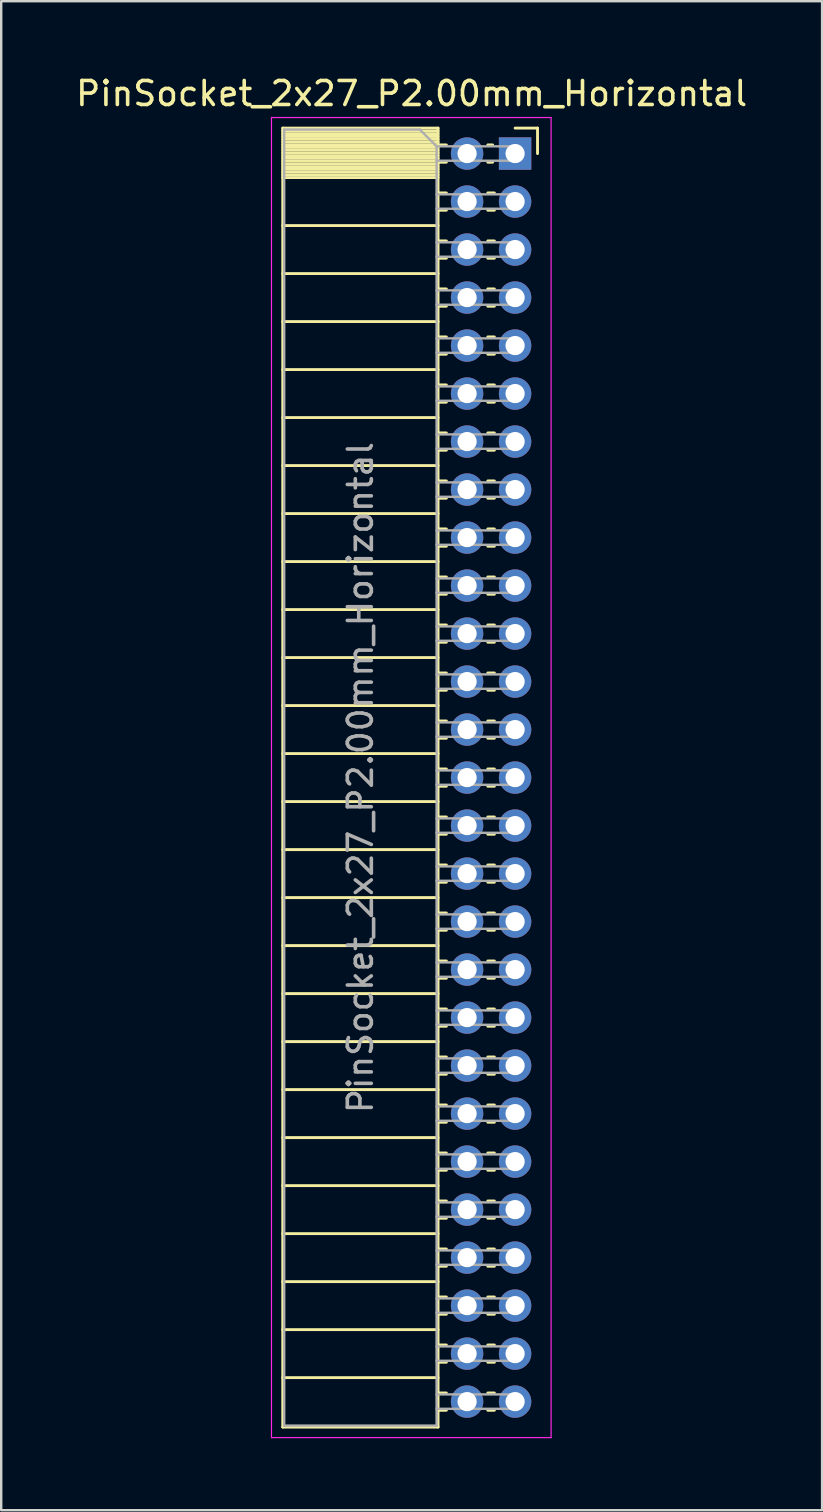
<source format=kicad_pcb>
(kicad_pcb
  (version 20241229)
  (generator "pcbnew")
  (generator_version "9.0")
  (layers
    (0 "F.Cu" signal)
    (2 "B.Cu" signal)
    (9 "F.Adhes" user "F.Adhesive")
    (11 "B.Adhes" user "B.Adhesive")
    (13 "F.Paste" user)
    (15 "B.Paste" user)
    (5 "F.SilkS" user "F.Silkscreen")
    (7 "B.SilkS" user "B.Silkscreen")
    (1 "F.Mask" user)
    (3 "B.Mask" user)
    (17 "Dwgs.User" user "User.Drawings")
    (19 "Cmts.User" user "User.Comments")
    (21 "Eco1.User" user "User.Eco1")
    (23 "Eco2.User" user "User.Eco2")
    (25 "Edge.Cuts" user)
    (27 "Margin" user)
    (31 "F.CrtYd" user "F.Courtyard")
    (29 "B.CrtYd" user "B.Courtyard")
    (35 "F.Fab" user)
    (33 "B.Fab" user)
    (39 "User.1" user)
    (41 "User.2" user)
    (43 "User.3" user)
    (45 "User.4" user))
  (footprint "PinSocket_2x27_P2.00mm_Horizontal"
    (layer "F.Cu")
    (at 18.411 3.348)
    (property "Reference" "PinSocket_2x27_P2.00mm_Horizontal" (at -4.31 -2.5 0) (layer "F.SilkS") (effects (font (size 1 1) (thickness 0.15))))
    (attr through_hole)
    (fp_line (start -9.68 -1.06) (end -9.68 53.06) (stroke (width 0.12) (type solid)) (layer "F.SilkS"))
    (fp_line (start -9.68 -1.06) (end -3.21 -1.06) (stroke (width 0.12) (type solid)) (layer "F.SilkS"))
    (fp_line (start -9.68 -0.94) (end -3.21 -0.94) (stroke (width 0.12) (type solid)) (layer "F.SilkS"))
    (fp_line (start -9.68 -0.826) (end -3.21 -0.826) (stroke (width 0.12) (type solid)) (layer "F.SilkS"))
    (fp_line (start -9.68 -0.712) (end -3.21 -0.712) (stroke (width 0.12) (type solid)) (layer "F.SilkS"))
    (fp_line (start -9.68 -0.598) (end -3.21 -0.598) (stroke (width 0.12) (type solid)) (layer "F.SilkS"))
    (fp_line (start -9.68 -0.484) (end -3.21 -0.484) (stroke (width 0.12) (type solid)) (layer "F.SilkS"))
    (fp_line (start -9.68 -0.369) (end -3.21 -0.369) (stroke (width 0.12) (type solid)) (layer "F.SilkS"))
    (fp_line (start -9.68 -0.255) (end -3.21 -0.255) (stroke (width 0.12) (type solid)) (layer "F.SilkS"))
    (fp_line (start -9.68 -0.141) (end -3.21 -0.141) (stroke (width 0.12) (type solid)) (layer "F.SilkS"))
    (fp_line (start -9.68 -0.027) (end -3.21 -0.027) (stroke (width 0.12) (type solid)) (layer "F.SilkS"))
    (fp_line (start -9.68 0.087) (end -3.21 0.087) (stroke (width 0.12) (type solid)) (layer "F.SilkS"))
    (fp_line (start -9.68 0.201) (end -3.21 0.201) (stroke (width 0.12) (type solid)) (layer "F.SilkS"))
    (fp_line (start -9.68 0.315) (end -3.21 0.315) (stroke (width 0.12) (type solid)) (layer "F.SilkS"))
    (fp_line (start -9.68 0.429) (end -3.21 0.429) (stroke (width 0.12) (type solid)) (layer "F.SilkS"))
    (fp_line (start -9.68 0.544) (end -3.21 0.544) (stroke (width 0.12) (type solid)) (layer "F.SilkS"))
    (fp_line (start -9.68 0.658) (end -3.21 0.658) (stroke (width 0.12) (type solid)) (layer "F.SilkS"))
    (fp_line (start -9.68 0.772) (end -3.21 0.772) (stroke (width 0.12) (type solid)) (layer "F.SilkS"))
    (fp_line (start -9.68 0.886) (end -3.21 0.886) (stroke (width 0.12) (type solid)) (layer "F.SilkS"))
    (fp_line (start -9.68 1) (end -3.21 1) (stroke (width 0.12) (type solid)) (layer "F.SilkS"))
    (fp_line (start -9.68 3) (end -3.21 3) (stroke (width 0.12) (type solid)) (layer "F.SilkS"))
    (fp_line (start -9.68 5) (end -3.21 5) (stroke (width 0.12) (type solid)) (layer "F.SilkS"))
    (fp_line (start -9.68 7) (end -3.21 7) (stroke (width 0.12) (type solid)) (layer "F.SilkS"))
    (fp_line (start -9.68 9) (end -3.21 9) (stroke (width 0.12) (type solid)) (layer "F.SilkS"))
    (fp_line (start -9.68 11) (end -3.21 11) (stroke (width 0.12) (type solid)) (layer "F.SilkS"))
    (fp_line (start -9.68 13) (end -3.21 13) (stroke (width 0.12) (type solid)) (layer "F.SilkS"))
    (fp_line (start -9.68 15) (end -3.21 15) (stroke (width 0.12) (type solid)) (layer "F.SilkS"))
    (fp_line (start -9.68 17) (end -3.21 17) (stroke (width 0.12) (type solid)) (layer "F.SilkS"))
    (fp_line (start -9.68 19) (end -3.21 19) (stroke (width 0.12) (type solid)) (layer "F.SilkS"))
    (fp_line (start -9.68 21) (end -3.21 21) (stroke (width 0.12) (type solid)) (layer "F.SilkS"))
    (fp_line (start -9.68 23) (end -3.21 23) (stroke (width 0.12) (type solid)) (layer "F.SilkS"))
    (fp_line (start -9.68 25) (end -3.21 25) (stroke (width 0.12) (type solid)) (layer "F.SilkS"))
    (fp_line (start -9.68 27) (end -3.21 27) (stroke (width 0.12) (type solid)) (layer "F.SilkS"))
    (fp_line (start -9.68 29) (end -3.21 29) (stroke (width 0.12) (type solid)) (layer "F.SilkS"))
    (fp_line (start -9.68 31) (end -3.21 31) (stroke (width 0.12) (type solid)) (layer "F.SilkS"))
    (fp_line (start -9.68 33) (end -3.21 33) (stroke (width 0.12) (type solid)) (layer "F.SilkS"))
    (fp_line (start -9.68 35) (end -3.21 35) (stroke (width 0.12) (type solid)) (layer "F.SilkS"))
    (fp_line (start -9.68 37) (end -3.21 37) (stroke (width 0.12) (type solid)) (layer "F.SilkS"))
    (fp_line (start -9.68 39) (end -3.21 39) (stroke (width 0.12) (type solid)) (layer "F.SilkS"))
    (fp_line (start -9.68 41) (end -3.21 41) (stroke (width 0.12) (type solid)) (layer "F.SilkS"))
    (fp_line (start -9.68 43) (end -3.21 43) (stroke (width 0.12) (type solid)) (layer "F.SilkS"))
    (fp_line (start -9.68 45) (end -3.21 45) (stroke (width 0.12) (type solid)) (layer "F.SilkS"))
    (fp_line (start -9.68 47) (end -3.21 47) (stroke (width 0.12) (type solid)) (layer "F.SilkS"))
    (fp_line (start -9.68 49) (end -3.21 49) (stroke (width 0.12) (type solid)) (layer "F.SilkS"))
    (fp_line (start -9.68 51) (end -3.21 51) (stroke (width 0.12) (type solid)) (layer "F.SilkS"))
    (fp_line (start -9.68 53.06) (end -3.21 53.06) (stroke (width 0.12) (type solid)) (layer "F.SilkS"))
    (fp_line (start -3.21 -1.06) (end -3.21 53.06) (stroke (width 0.12) (type solid)) (layer "F.SilkS"))
    (fp_line (start -3.21 -0.36) (end -2.863 -0.36) (stroke (width 0.12) (type solid)) (layer "F.SilkS"))
    (fp_line (start -3.21 0.36) (end -2.863 0.36) (stroke (width 0.12) (type solid)) (layer "F.SilkS"))
    (fp_line (start -3.21 1.64) (end -2.863 1.64) (stroke (width 0.12) (type solid)) (layer "F.SilkS"))
    (fp_line (start -3.21 2.36) (end -2.863 2.36) (stroke (width 0.12) (type solid)) (layer "F.SilkS"))
    (fp_line (start -3.21 3.64) (end -2.863 3.64) (stroke (width 0.12) (type solid)) (layer "F.SilkS"))
    (fp_line (start -3.21 4.36) (end -2.863 4.36) (stroke (width 0.12) (type solid)) (layer "F.SilkS"))
    (fp_line (start -3.21 5.64) (end -2.863 5.64) (stroke (width 0.12) (type solid)) (layer "F.SilkS"))
    (fp_line (start -3.21 6.36) (end -2.863 6.36) (stroke (width 0.12) (type solid)) (layer "F.SilkS"))
    (fp_line (start -3.21 7.64) (end -2.863 7.64) (stroke (width 0.12) (type solid)) (layer "F.SilkS"))
    (fp_line (start -3.21 8.36) (end -2.863 8.36) (stroke (width 0.12) (type solid)) (layer "F.SilkS"))
    (fp_line (start -3.21 9.64) (end -2.863 9.64) (stroke (width 0.12) (type solid)) (layer "F.SilkS"))
    (fp_line (start -3.21 10.36) (end -2.863 10.36) (stroke (width 0.12) (type solid)) (layer "F.SilkS"))
    (fp_line (start -3.21 11.64) (end -2.863 11.64) (stroke (width 0.12) (type solid)) (layer "F.SilkS"))
    (fp_line (start -3.21 12.36) (end -2.863 12.36) (stroke (width 0.12) (type solid)) (layer "F.SilkS"))
    (fp_line (start -3.21 13.64) (end -2.863 13.64) (stroke (width 0.12) (type solid)) (layer "F.SilkS"))
    (fp_line (start -3.21 14.36) (end -2.863 14.36) (stroke (width 0.12) (type solid)) (layer "F.SilkS"))
    (fp_line (start -3.21 15.64) (end -2.863 15.64) (stroke (width 0.12) (type solid)) (layer "F.SilkS"))
    (fp_line (start -3.21 16.36) (end -2.863 16.36) (stroke (width 0.12) (type solid)) (layer "F.SilkS"))
    (fp_line (start -3.21 17.64) (end -2.863 17.64) (stroke (width 0.12) (type solid)) (layer "F.SilkS"))
    (fp_line (start -3.21 18.36) (end -2.863 18.36) (stroke (width 0.12) (type solid)) (layer "F.SilkS"))
    (fp_line (start -3.21 19.64) (end -2.863 19.64) (stroke (width 0.12) (type solid)) (layer "F.SilkS"))
    (fp_line (start -3.21 20.36) (end -2.863 20.36) (stroke (width 0.12) (type solid)) (layer "F.SilkS"))
    (fp_line (start -3.21 21.64) (end -2.863 21.64) (stroke (width 0.12) (type solid)) (layer "F.SilkS"))
    (fp_line (start -3.21 22.36) (end -2.863 22.36) (stroke (width 0.12) (type solid)) (layer "F.SilkS"))
    (fp_line (start -3.21 23.64) (end -2.863 23.64) (stroke (width 0.12) (type solid)) (layer "F.SilkS"))
    (fp_line (start -3.21 24.36) (end -2.863 24.36) (stroke (width 0.12) (type solid)) (layer "F.SilkS"))
    (fp_line (start -3.21 25.64) (end -2.863 25.64) (stroke (width 0.12) (type solid)) (layer "F.SilkS"))
    (fp_line (start -3.21 26.36) (end -2.863 26.36) (stroke (width 0.12) (type solid)) (layer "F.SilkS"))
    (fp_line (start -3.21 27.64) (end -2.863 27.64) (stroke (width 0.12) (type solid)) (layer "F.SilkS"))
    (fp_line (start -3.21 28.36) (end -2.863 28.36) (stroke (width 0.12) (type solid)) (layer "F.SilkS"))
    (fp_line (start -3.21 29.64) (end -2.863 29.64) (stroke (width 0.12) (type solid)) (layer "F.SilkS"))
    (fp_line (start -3.21 30.36) (end -2.863 30.36) (stroke (width 0.12) (type solid)) (layer "F.SilkS"))
    (fp_line (start -3.21 31.64) (end -2.863 31.64) (stroke (width 0.12) (type solid)) (layer "F.SilkS"))
    (fp_line (start -3.21 32.36) (end -2.863 32.36) (stroke (width 0.12) (type solid)) (layer "F.SilkS"))
    (fp_line (start -3.21 33.64) (end -2.863 33.64) (stroke (width 0.12) (type solid)) (layer "F.SilkS"))
    (fp_line (start -3.21 34.36) (end -2.863 34.36) (stroke (width 0.12) (type solid)) (layer "F.SilkS"))
    (fp_line (start -3.21 35.64) (end -2.863 35.64) (stroke (width 0.12) (type solid)) (layer "F.SilkS"))
    (fp_line (start -3.21 36.36) (end -2.863 36.36) (stroke (width 0.12) (type solid)) (layer "F.SilkS"))
    (fp_line (start -3.21 37.64) (end -2.863 37.64) (stroke (width 0.12) (type solid)) (layer "F.SilkS"))
    (fp_line (start -3.21 38.36) (end -2.863 38.36) (stroke (width 0.12) (type solid)) (layer "F.SilkS"))
    (fp_line (start -3.21 39.64) (end -2.863 39.64) (stroke (width 0.12) (type solid)) (layer "F.SilkS"))
    (fp_line (start -3.21 40.36) (end -2.863 40.36) (stroke (width 0.12) (type solid)) (layer "F.SilkS"))
    (fp_line (start -3.21 41.64) (end -2.863 41.64) (stroke (width 0.12) (type solid)) (layer "F.SilkS"))
    (fp_line (start -3.21 42.36) (end -2.863 42.36) (stroke (width 0.12) (type solid)) (layer "F.SilkS"))
    (fp_line (start -3.21 43.64) (end -2.863 43.64) (stroke (width 0.12) (type solid)) (layer "F.SilkS"))
    (fp_line (start -3.21 44.36) (end -2.863 44.36) (stroke (width 0.12) (type solid)) (layer "F.SilkS"))
    (fp_line (start -3.21 45.64) (end -2.863 45.64) (stroke (width 0.12) (type solid)) (layer "F.SilkS"))
    (fp_line (start -3.21 46.36) (end -2.863 46.36) (stroke (width 0.12) (type solid)) (layer "F.SilkS"))
    (fp_line (start -3.21 47.64) (end -2.863 47.64) (stroke (width 0.12) (type solid)) (layer "F.SilkS"))
    (fp_line (start -3.21 48.36) (end -2.863 48.36) (stroke (width 0.12) (type solid)) (layer "F.SilkS"))
    (fp_line (start -3.21 49.64) (end -2.863 49.64) (stroke (width 0.12) (type solid)) (layer "F.SilkS"))
    (fp_line (start -3.21 50.36) (end -2.863 50.36) (stroke (width 0.12) (type solid)) (layer "F.SilkS"))
    (fp_line (start -3.21 51.64) (end -2.863 51.64) (stroke (width 0.12) (type solid)) (layer "F.SilkS"))
    (fp_line (start -3.21 52.36) (end -2.863 52.36) (stroke (width 0.12) (type solid)) (layer "F.SilkS"))
    (fp_line (start -1.137 -0.36) (end -0.935 -0.36) (stroke (width 0.12) (type solid)) (layer "F.SilkS"))
    (fp_line (start -1.137 0.36) (end -0.935 0.36) (stroke (width 0.12) (type solid)) (layer "F.SilkS"))
    (fp_line (start -1.137 1.64) (end -0.863 1.64) (stroke (width 0.12) (type solid)) (layer "F.SilkS"))
    (fp_line (start -1.137 2.36) (end -0.863 2.36) (stroke (width 0.12) (type solid)) (layer "F.SilkS"))
    (fp_line (start -1.137 3.64) (end -0.863 3.64) (stroke (width 0.12) (type solid)) (layer "F.SilkS"))
    (fp_line (start -1.137 4.36) (end -0.863 4.36) (stroke (width 0.12) (type solid)) (layer "F.SilkS"))
    (fp_line (start -1.137 5.64) (end -0.863 5.64) (stroke (width 0.12) (type solid)) (layer "F.SilkS"))
    (fp_line (start -1.137 6.36) (end -0.863 6.36) (stroke (width 0.12) (type solid)) (layer "F.SilkS"))
    (fp_line (start -1.137 7.64) (end -0.863 7.64) (stroke (width 0.12) (type solid)) (layer "F.SilkS"))
    (fp_line (start -1.137 8.36) (end -0.863 8.36) (stroke (width 0.12) (type solid)) (layer "F.SilkS"))
    (fp_line (start -1.137 9.64) (end -0.863 9.64) (stroke (width 0.12) (type solid)) (layer "F.SilkS"))
    (fp_line (start -1.137 10.36) (end -0.863 10.36) (stroke (width 0.12) (type solid)) (layer "F.SilkS"))
    (fp_line (start -1.137 11.64) (end -0.863 11.64) (stroke (width 0.12) (type solid)) (layer "F.SilkS"))
    (fp_line (start -1.137 12.36) (end -0.863 12.36) (stroke (width 0.12) (type solid)) (layer "F.SilkS"))
    (fp_line (start -1.137 13.64) (end -0.863 13.64) (stroke (width 0.12) (type solid)) (layer "F.SilkS"))
    (fp_line (start -1.137 14.36) (end -0.863 14.36) (stroke (width 0.12) (type solid)) (layer "F.SilkS"))
    (fp_line (start -1.137 15.64) (end -0.863 15.64) (stroke (width 0.12) (type solid)) (layer "F.SilkS"))
    (fp_line (start -1.137 16.36) (end -0.863 16.36) (stroke (width 0.12) (type solid)) (layer "F.SilkS"))
    (fp_line (start -1.137 17.64) (end -0.863 17.64) (stroke (width 0.12) (type solid)) (layer "F.SilkS"))
    (fp_line (start -1.137 18.36) (end -0.863 18.36) (stroke (width 0.12) (type solid)) (layer "F.SilkS"))
    (fp_line (start -1.137 19.64) (end -0.863 19.64) (stroke (width 0.12) (type solid)) (layer "F.SilkS"))
    (fp_line (start -1.137 20.36) (end -0.863 20.36) (stroke (width 0.12) (type solid)) (layer "F.SilkS"))
    (fp_line (start -1.137 21.64) (end -0.863 21.64) (stroke (width 0.12) (type solid)) (layer "F.SilkS"))
    (fp_line (start -1.137 22.36) (end -0.863 22.36) (stroke (width 0.12) (type solid)) (layer "F.SilkS"))
    (fp_line (start -1.137 23.64) (end -0.863 23.64) (stroke (width 0.12) (type solid)) (layer "F.SilkS"))
    (fp_line (start -1.137 24.36) (end -0.863 24.36) (stroke (width 0.12) (type solid)) (layer "F.SilkS"))
    (fp_line (start -1.137 25.64) (end -0.863 25.64) (stroke (width 0.12) (type solid)) (layer "F.SilkS"))
    (fp_line (start -1.137 26.36) (end -0.863 26.36) (stroke (width 0.12) (type solid)) (layer "F.SilkS"))
    (fp_line (start -1.137 27.64) (end -0.863 27.64) (stroke (width 0.12) (type solid)) (layer "F.SilkS"))
    (fp_line (start -1.137 28.36) (end -0.863 28.36) (stroke (width 0.12) (type solid)) (layer "F.SilkS"))
    (fp_line (start -1.137 29.64) (end -0.863 29.64) (stroke (width 0.12) (type solid)) (layer "F.SilkS"))
    (fp_line (start -1.137 30.36) (end -0.863 30.36) (stroke (width 0.12) (type solid)) (layer "F.SilkS"))
    (fp_line (start -1.137 31.64) (end -0.863 31.64) (stroke (width 0.12) (type solid)) (layer "F.SilkS"))
    (fp_line (start -1.137 32.36) (end -0.863 32.36) (stroke (width 0.12) (type solid)) (layer "F.SilkS"))
    (fp_line (start -1.137 33.64) (end -0.863 33.64) (stroke (width 0.12) (type solid)) (layer "F.SilkS"))
    (fp_line (start -1.137 34.36) (end -0.863 34.36) (stroke (width 0.12) (type solid)) (layer "F.SilkS"))
    (fp_line (start -1.137 35.64) (end -0.863 35.64) (stroke (width 0.12) (type solid)) (layer "F.SilkS"))
    (fp_line (start -1.137 36.36) (end -0.863 36.36) (stroke (width 0.12) (type solid)) (layer "F.SilkS"))
    (fp_line (start -1.137 37.64) (end -0.863 37.64) (stroke (width 0.12) (type solid)) (layer "F.SilkS"))
    (fp_line (start -1.137 38.36) (end -0.863 38.36) (stroke (width 0.12) (type solid)) (layer "F.SilkS"))
    (fp_line (start -1.137 39.64) (end -0.863 39.64) (stroke (width 0.12) (type solid)) (layer "F.SilkS"))
    (fp_line (start -1.137 40.36) (end -0.863 40.36) (stroke (width 0.12) (type solid)) (layer "F.SilkS"))
    (fp_line (start -1.137 41.64) (end -0.863 41.64) (stroke (width 0.12) (type solid)) (layer "F.SilkS"))
    (fp_line (start -1.137 42.36) (end -0.863 42.36) (stroke (width 0.12) (type solid)) (layer "F.SilkS"))
    (fp_line (start -1.137 43.64) (end -0.863 43.64) (stroke (width 0.12) (type solid)) (layer "F.SilkS"))
    (fp_line (start -1.137 44.36) (end -0.863 44.36) (stroke (width 0.12) (type solid)) (layer "F.SilkS"))
    (fp_line (start -1.137 45.64) (end -0.863 45.64) (stroke (width 0.12) (type solid)) (layer "F.SilkS"))
    (fp_line (start -1.137 46.36) (end -0.863 46.36) (stroke (width 0.12) (type solid)) (layer "F.SilkS"))
    (fp_line (start -1.137 47.64) (end -0.863 47.64) (stroke (width 0.12) (type solid)) (layer "F.SilkS"))
    (fp_line (start -1.137 48.36) (end -0.863 48.36) (stroke (width 0.12) (type solid)) (layer "F.SilkS"))
    (fp_line (start -1.137 49.64) (end -0.863 49.64) (stroke (width 0.12) (type solid)) (layer "F.SilkS"))
    (fp_line (start -1.137 50.36) (end -0.863 50.36) (stroke (width 0.12) (type solid)) (layer "F.SilkS"))
    (fp_line (start -1.137 51.64) (end -0.863 51.64) (stroke (width 0.12) (type solid)) (layer "F.SilkS"))
    (fp_line (start -1.137 52.36) (end -0.863 52.36) (stroke (width 0.12) (type solid)) (layer "F.SilkS"))
    (fp_line (start 0 -1.06) (end 0.935 -1.06) (stroke (width 0.12) (type solid)) (layer "F.SilkS"))
    (fp_line (start 0.935 -1.06) (end 0.935 0) (stroke (width 0.12) (type solid)) (layer "F.SilkS"))
    (fp_line (start -10.15 -1.5) (end -10.15 53.5) (stroke (width 0.05) (type solid)) (layer "F.CrtYd"))
    (fp_line (start -10.15 53.5) (end 1.5 53.5) (stroke (width 0.05) (type solid)) (layer "F.CrtYd"))
    (fp_line (start 1.5 -1.5) (end -10.15 -1.5) (stroke (width 0.05) (type solid)) (layer "F.CrtYd"))
    (fp_line (start 1.5 53.5) (end 1.5 -1.5) (stroke (width 0.05) (type solid)) (layer "F.CrtYd"))
    (fp_line (start -9.62 -1) (end -3.97 -1) (stroke (width 0.1) (type solid)) (layer "F.Fab"))
    (fp_line (start -9.62 53) (end -9.62 -1) (stroke (width 0.1) (type solid)) (layer "F.Fab"))
    (fp_line (start -3.97 -1) (end -3.27 -0.3) (stroke (width 0.1) (type solid)) (layer "F.Fab"))
    (fp_line (start -3.27 -0.3) (end -3.27 53) (stroke (width 0.1) (type solid)) (layer "F.Fab"))
    (fp_line (start -3.27 0.3) (end 0 0.3) (stroke (width 0.1) (type solid)) (layer "F.Fab"))
    (fp_line (start -3.27 2.3) (end 0 2.3) (stroke (width 0.1) (type solid)) (layer "F.Fab"))
    (fp_line (start -3.27 4.3) (end 0 4.3) (stroke (width 0.1) (type solid)) (layer "F.Fab"))
    (fp_line (start -3.27 6.3) (end 0 6.3) (stroke (width 0.1) (type solid)) (layer "F.Fab"))
    (fp_line (start -3.27 8.3) (end 0 8.3) (stroke (width 0.1) (type solid)) (layer "F.Fab"))
    (fp_line (start -3.27 10.3) (end 0 10.3) (stroke (width 0.1) (type solid)) (layer "F.Fab"))
    (fp_line (start -3.27 12.3) (end 0 12.3) (stroke (width 0.1) (type solid)) (layer "F.Fab"))
    (fp_line (start -3.27 14.3) (end 0 14.3) (stroke (width 0.1) (type solid)) (layer "F.Fab"))
    (fp_line (start -3.27 16.3) (end 0 16.3) (stroke (width 0.1) (type solid)) (layer "F.Fab"))
    (fp_line (start -3.27 18.3) (end 0 18.3) (stroke (width 0.1) (type solid)) (layer "F.Fab"))
    (fp_line (start -3.27 20.3) (end 0 20.3) (stroke (width 0.1) (type solid)) (layer "F.Fab"))
    (fp_line (start -3.27 22.3) (end 0 22.3) (stroke (width 0.1) (type solid)) (layer "F.Fab"))
    (fp_line (start -3.27 24.3) (end 0 24.3) (stroke (width 0.1) (type solid)) (layer "F.Fab"))
    (fp_line (start -3.27 26.3) (end 0 26.3) (stroke (width 0.1) (type solid)) (layer "F.Fab"))
    (fp_line (start -3.27 28.3) (end 0 28.3) (stroke (width 0.1) (type solid)) (layer "F.Fab"))
    (fp_line (start -3.27 30.3) (end 0 30.3) (stroke (width 0.1) (type solid)) (layer "F.Fab"))
    (fp_line (start -3.27 32.3) (end 0 32.3) (stroke (width 0.1) (type solid)) (layer "F.Fab"))
    (fp_line (start -3.27 34.3) (end 0 34.3) (stroke (width 0.1) (type solid)) (layer "F.Fab"))
    (fp_line (start -3.27 36.3) (end 0 36.3) (stroke (width 0.1) (type solid)) (layer "F.Fab"))
    (fp_line (start -3.27 38.3) (end 0 38.3) (stroke (width 0.1) (type solid)) (layer "F.Fab"))
    (fp_line (start -3.27 40.3) (end 0 40.3) (stroke (width 0.1) (type solid)) (layer "F.Fab"))
    (fp_line (start -3.27 42.3) (end 0 42.3) (stroke (width 0.1) (type solid)) (layer "F.Fab"))
    (fp_line (start -3.27 44.3) (end 0 44.3) (stroke (width 0.1) (type solid)) (layer "F.Fab"))
    (fp_line (start -3.27 46.3) (end 0 46.3) (stroke (width 0.1) (type solid)) (layer "F.Fab"))
    (fp_line (start -3.27 48.3) (end 0 48.3) (stroke (width 0.1) (type solid)) (layer "F.Fab"))
    (fp_line (start -3.27 50.3) (end 0 50.3) (stroke (width 0.1) (type solid)) (layer "F.Fab"))
    (fp_line (start -3.27 52.3) (end 0 52.3) (stroke (width 0.1) (type solid)) (layer "F.Fab"))
    (fp_line (start -3.27 53) (end -9.62 53) (stroke (width 0.1) (type solid)) (layer "F.Fab"))
    (fp_line (start 0 -0.3) (end -3.27 -0.3) (stroke (width 0.1) (type solid)) (layer "F.Fab"))
    (fp_line (start 0 0.3) (end 0 -0.3) (stroke (width 0.1) (type solid)) (layer "F.Fab"))
    (fp_line (start 0 1.7) (end -3.27 1.7) (stroke (width 0.1) (type solid)) (layer "F.Fab"))
    (fp_line (start 0 2.3) (end 0 1.7) (stroke (width 0.1) (type solid)) (layer "F.Fab"))
    (fp_line (start 0 3.7) (end -3.27 3.7) (stroke (width 0.1) (type solid)) (layer "F.Fab"))
    (fp_line (start 0 4.3) (end 0 3.7) (stroke (width 0.1) (type solid)) (layer "F.Fab"))
    (fp_line (start 0 5.7) (end -3.27 5.7) (stroke (width 0.1) (type solid)) (layer "F.Fab"))
    (fp_line (start 0 6.3) (end 0 5.7) (stroke (width 0.1) (type solid)) (layer "F.Fab"))
    (fp_line (start 0 7.7) (end -3.27 7.7) (stroke (width 0.1) (type solid)) (layer "F.Fab"))
    (fp_line (start 0 8.3) (end 0 7.7) (stroke (width 0.1) (type solid)) (layer "F.Fab"))
    (fp_line (start 0 9.7) (end -3.27 9.7) (stroke (width 0.1) (type solid)) (layer "F.Fab"))
    (fp_line (start 0 10.3) (end 0 9.7) (stroke (width 0.1) (type solid)) (layer "F.Fab"))
    (fp_line (start 0 11.7) (end -3.27 11.7) (stroke (width 0.1) (type solid)) (layer "F.Fab"))
    (fp_line (start 0 12.3) (end 0 11.7) (stroke (width 0.1) (type solid)) (layer "F.Fab"))
    (fp_line (start 0 13.7) (end -3.27 13.7) (stroke (width 0.1) (type solid)) (layer "F.Fab"))
    (fp_line (start 0 14.3) (end 0 13.7) (stroke (width 0.1) (type solid)) (layer "F.Fab"))
    (fp_line (start 0 15.7) (end -3.27 15.7) (stroke (width 0.1) (type solid)) (layer "F.Fab"))
    (fp_line (start 0 16.3) (end 0 15.7) (stroke (width 0.1) (type solid)) (layer "F.Fab"))
    (fp_line (start 0 17.7) (end -3.27 17.7) (stroke (width 0.1) (type solid)) (layer "F.Fab"))
    (fp_line (start 0 18.3) (end 0 17.7) (stroke (width 0.1) (type solid)) (layer "F.Fab"))
    (fp_line (start 0 19.7) (end -3.27 19.7) (stroke (width 0.1) (type solid)) (layer "F.Fab"))
    (fp_line (start 0 20.3) (end 0 19.7) (stroke (width 0.1) (type solid)) (layer "F.Fab"))
    (fp_line (start 0 21.7) (end -3.27 21.7) (stroke (width 0.1) (type solid)) (layer "F.Fab"))
    (fp_line (start 0 22.3) (end 0 21.7) (stroke (width 0.1) (type solid)) (layer "F.Fab"))
    (fp_line (start 0 23.7) (end -3.27 23.7) (stroke (width 0.1) (type solid)) (layer "F.Fab"))
    (fp_line (start 0 24.3) (end 0 23.7) (stroke (width 0.1) (type solid)) (layer "F.Fab"))
    (fp_line (start 0 25.7) (end -3.27 25.7) (stroke (width 0.1) (type solid)) (layer "F.Fab"))
    (fp_line (start 0 26.3) (end 0 25.7) (stroke (width 0.1) (type solid)) (layer "F.Fab"))
    (fp_line (start 0 27.7) (end -3.27 27.7) (stroke (width 0.1) (type solid)) (layer "F.Fab"))
    (fp_line (start 0 28.3) (end 0 27.7) (stroke (width 0.1) (type solid)) (layer "F.Fab"))
    (fp_line (start 0 29.7) (end -3.27 29.7) (stroke (width 0.1) (type solid)) (layer "F.Fab"))
    (fp_line (start 0 30.3) (end 0 29.7) (stroke (width 0.1) (type solid)) (layer "F.Fab"))
    (fp_line (start 0 31.7) (end -3.27 31.7) (stroke (width 0.1) (type solid)) (layer "F.Fab"))
    (fp_line (start 0 32.3) (end 0 31.7) (stroke (width 0.1) (type solid)) (layer "F.Fab"))
    (fp_line (start 0 33.7) (end -3.27 33.7) (stroke (width 0.1) (type solid)) (layer "F.Fab"))
    (fp_line (start 0 34.3) (end 0 33.7) (stroke (width 0.1) (type solid)) (layer "F.Fab"))
    (fp_line (start 0 35.7) (end -3.27 35.7) (stroke (width 0.1) (type solid)) (layer "F.Fab"))
    (fp_line (start 0 36.3) (end 0 35.7) (stroke (width 0.1) (type solid)) (layer "F.Fab"))
    (fp_line (start 0 37.7) (end -3.27 37.7) (stroke (width 0.1) (type solid)) (layer "F.Fab"))
    (fp_line (start 0 38.3) (end 0 37.7) (stroke (width 0.1) (type solid)) (layer "F.Fab"))
    (fp_line (start 0 39.7) (end -3.27 39.7) (stroke (width 0.1) (type solid)) (layer "F.Fab"))
    (fp_line (start 0 40.3) (end 0 39.7) (stroke (width 0.1) (type solid)) (layer "F.Fab"))
    (fp_line (start 0 41.7) (end -3.27 41.7) (stroke (width 0.1) (type solid)) (layer "F.Fab"))
    (fp_line (start 0 42.3) (end 0 41.7) (stroke (width 0.1) (type solid)) (layer "F.Fab"))
    (fp_line (start 0 43.7) (end -3.27 43.7) (stroke (width 0.1) (type solid)) (layer "F.Fab"))
    (fp_line (start 0 44.3) (end 0 43.7) (stroke (width 0.1) (type solid)) (layer "F.Fab"))
    (fp_line (start 0 45.7) (end -3.27 45.7) (stroke (width 0.1) (type solid)) (layer "F.Fab"))
    (fp_line (start 0 46.3) (end 0 45.7) (stroke (width 0.1) (type solid)) (layer "F.Fab"))
    (fp_line (start 0 47.7) (end -3.27 47.7) (stroke (width 0.1) (type solid)) (layer "F.Fab"))
    (fp_line (start 0 48.3) (end 0 47.7) (stroke (width 0.1) (type solid)) (layer "F.Fab"))
    (fp_line (start 0 49.7) (end -3.27 49.7) (stroke (width 0.1) (type solid)) (layer "F.Fab"))
    (fp_line (start 0 50.3) (end 0 49.7) (stroke (width 0.1) (type solid)) (layer "F.Fab"))
    (fp_line (start 0 51.7) (end -3.27 51.7) (stroke (width 0.1) (type solid)) (layer "F.Fab"))
    (fp_line (start 0 52.3) (end 0 51.7) (stroke (width 0.1) (type solid)) (layer "F.Fab"))
    (fp_text user "${REFERENCE}" (at -6.445 26 90) (layer "F.Fab") (effects (font (size 1 1) (thickness 0.15))))
    (pad "1" thru_hole rect (at 0 0) (size 1.35 1.35) (drill 0.8) (layers "*.Cu" "*.Mask"))
    (pad "2" thru_hole circle (at -2 0) (size 1.35 1.35) (drill 0.8) (layers "*.Cu" "*.Mask"))
    (pad "3" thru_hole circle (at 0 2) (size 1.35 1.35) (drill 0.8) (layers "*.Cu" "*.Mask"))
    (pad "4" thru_hole circle (at -2 2) (size 1.35 1.35) (drill 0.8) (layers "*.Cu" "*.Mask"))
    (pad "5" thru_hole circle (at 0 4) (size 1.35 1.35) (drill 0.8) (layers "*.Cu" "*.Mask"))
    (pad "6" thru_hole circle (at -2 4) (size 1.35 1.35) (drill 0.8) (layers "*.Cu" "*.Mask"))
    (pad "7" thru_hole circle (at 0 6) (size 1.35 1.35) (drill 0.8) (layers "*.Cu" "*.Mask"))
    (pad "8" thru_hole circle (at -2 6) (size 1.35 1.35) (drill 0.8) (layers "*.Cu" "*.Mask"))
    (pad "9" thru_hole circle (at 0 8) (size 1.35 1.35) (drill 0.8) (layers "*.Cu" "*.Mask"))
    (pad "10" thru_hole circle (at -2 8) (size 1.35 1.35) (drill 0.8) (layers "*.Cu" "*.Mask"))
    (pad "11" thru_hole circle (at 0 10) (size 1.35 1.35) (drill 0.8) (layers "*.Cu" "*.Mask"))
    (pad "12" thru_hole circle (at -2 10) (size 1.35 1.35) (drill 0.8) (layers "*.Cu" "*.Mask"))
    (pad "13" thru_hole circle (at 0 12) (size 1.35 1.35) (drill 0.8) (layers "*.Cu" "*.Mask"))
    (pad "14" thru_hole circle (at -2 12) (size 1.35 1.35) (drill 0.8) (layers "*.Cu" "*.Mask"))
    (pad "15" thru_hole circle (at 0 14) (size 1.35 1.35) (drill 0.8) (layers "*.Cu" "*.Mask"))
    (pad "16" thru_hole circle (at -2 14) (size 1.35 1.35) (drill 0.8) (layers "*.Cu" "*.Mask"))
    (pad "17" thru_hole circle (at 0 16) (size 1.35 1.35) (drill 0.8) (layers "*.Cu" "*.Mask"))
    (pad "18" thru_hole circle (at -2 16) (size 1.35 1.35) (drill 0.8) (layers "*.Cu" "*.Mask"))
    (pad "19" thru_hole circle (at 0 18) (size 1.35 1.35) (drill 0.8) (layers "*.Cu" "*.Mask"))
    (pad "20" thru_hole circle (at -2 18) (size 1.35 1.35) (drill 0.8) (layers "*.Cu" "*.Mask"))
    (pad "21" thru_hole circle (at 0 20) (size 1.35 1.35) (drill 0.8) (layers "*.Cu" "*.Mask"))
    (pad "22" thru_hole circle (at -2 20) (size 1.35 1.35) (drill 0.8) (layers "*.Cu" "*.Mask"))
    (pad "23" thru_hole circle (at 0 22) (size 1.35 1.35) (drill 0.8) (layers "*.Cu" "*.Mask"))
    (pad "24" thru_hole circle (at -2 22) (size 1.35 1.35) (drill 0.8) (layers "*.Cu" "*.Mask"))
    (pad "25" thru_hole circle (at 0 24) (size 1.35 1.35) (drill 0.8) (layers "*.Cu" "*.Mask"))
    (pad "26" thru_hole circle (at -2 24) (size 1.35 1.35) (drill 0.8) (layers "*.Cu" "*.Mask"))
    (pad "27" thru_hole circle (at 0 26) (size 1.35 1.35) (drill 0.8) (layers "*.Cu" "*.Mask"))
    (pad "28" thru_hole circle (at -2 26) (size 1.35 1.35) (drill 0.8) (layers "*.Cu" "*.Mask"))
    (pad "29" thru_hole circle (at 0 28) (size 1.35 1.35) (drill 0.8) (layers "*.Cu" "*.Mask"))
    (pad "30" thru_hole circle (at -2 28) (size 1.35 1.35) (drill 0.8) (layers "*.Cu" "*.Mask"))
    (pad "31" thru_hole circle (at 0 30) (size 1.35 1.35) (drill 0.8) (layers "*.Cu" "*.Mask"))
    (pad "32" thru_hole circle (at -2 30) (size 1.35 1.35) (drill 0.8) (layers "*.Cu" "*.Mask"))
    (pad "33" thru_hole circle (at 0 32) (size 1.35 1.35) (drill 0.8) (layers "*.Cu" "*.Mask"))
    (pad "34" thru_hole circle (at -2 32) (size 1.35 1.35) (drill 0.8) (layers "*.Cu" "*.Mask"))
    (pad "35" thru_hole circle (at 0 34) (size 1.35 1.35) (drill 0.8) (layers "*.Cu" "*.Mask"))
    (pad "36" thru_hole circle (at -2 34) (size 1.35 1.35) (drill 0.8) (layers "*.Cu" "*.Mask"))
    (pad "37" thru_hole circle (at 0 36) (size 1.35 1.35) (drill 0.8) (layers "*.Cu" "*.Mask"))
    (pad "38" thru_hole circle (at -2 36) (size 1.35 1.35) (drill 0.8) (layers "*.Cu" "*.Mask"))
    (pad "39" thru_hole circle (at 0 38) (size 1.35 1.35) (drill 0.8) (layers "*.Cu" "*.Mask"))
    (pad "40" thru_hole circle (at -2 38) (size 1.35 1.35) (drill 0.8) (layers "*.Cu" "*.Mask"))
    (pad "41" thru_hole circle (at 0 40) (size 1.35 1.35) (drill 0.8) (layers "*.Cu" "*.Mask"))
    (pad "42" thru_hole circle (at -2 40) (size 1.35 1.35) (drill 0.8) (layers "*.Cu" "*.Mask"))
    (pad "43" thru_hole circle (at 0 42) (size 1.35 1.35) (drill 0.8) (layers "*.Cu" "*.Mask"))
    (pad "44" thru_hole circle (at -2 42) (size 1.35 1.35) (drill 0.8) (layers "*.Cu" "*.Mask"))
    (pad "45" thru_hole circle (at 0 44) (size 1.35 1.35) (drill 0.8) (layers "*.Cu" "*.Mask"))
    (pad "46" thru_hole circle (at -2 44) (size 1.35 1.35) (drill 0.8) (layers "*.Cu" "*.Mask"))
    (pad "47" thru_hole circle (at 0 46) (size 1.35 1.35) (drill 0.8) (layers "*.Cu" "*.Mask"))
    (pad "48" thru_hole circle (at -2 46) (size 1.35 1.35) (drill 0.8) (layers "*.Cu" "*.Mask"))
    (pad "49" thru_hole circle (at 0 48) (size 1.35 1.35) (drill 0.8) (layers "*.Cu" "*.Mask"))
    (pad "50" thru_hole circle (at -2 48) (size 1.35 1.35) (drill 0.8) (layers "*.Cu" "*.Mask"))
    (pad "51" thru_hole circle (at 0 50) (size 1.35 1.35) (drill 0.8) (layers "*.Cu" "*.Mask"))
    (pad "52" thru_hole circle (at -2 50) (size 1.35 1.35) (drill 0.8) (layers "*.Cu" "*.Mask"))
    (pad "53" thru_hole circle (at 0 52) (size 1.35 1.35) (drill 0.8) (layers "*.Cu" "*.Mask"))
    (pad "54" thru_hole circle (at -2 52) (size 1.35 1.35) (drill 0.8) (layers "*.Cu" "*.Mask")))
  (gr_rect
    (start -3 -3)
    (end 31.202 59.873)
    (stroke (width 0.1) (type default))
    (fill no)
    (layer "Edge.Cuts")))
</source>
